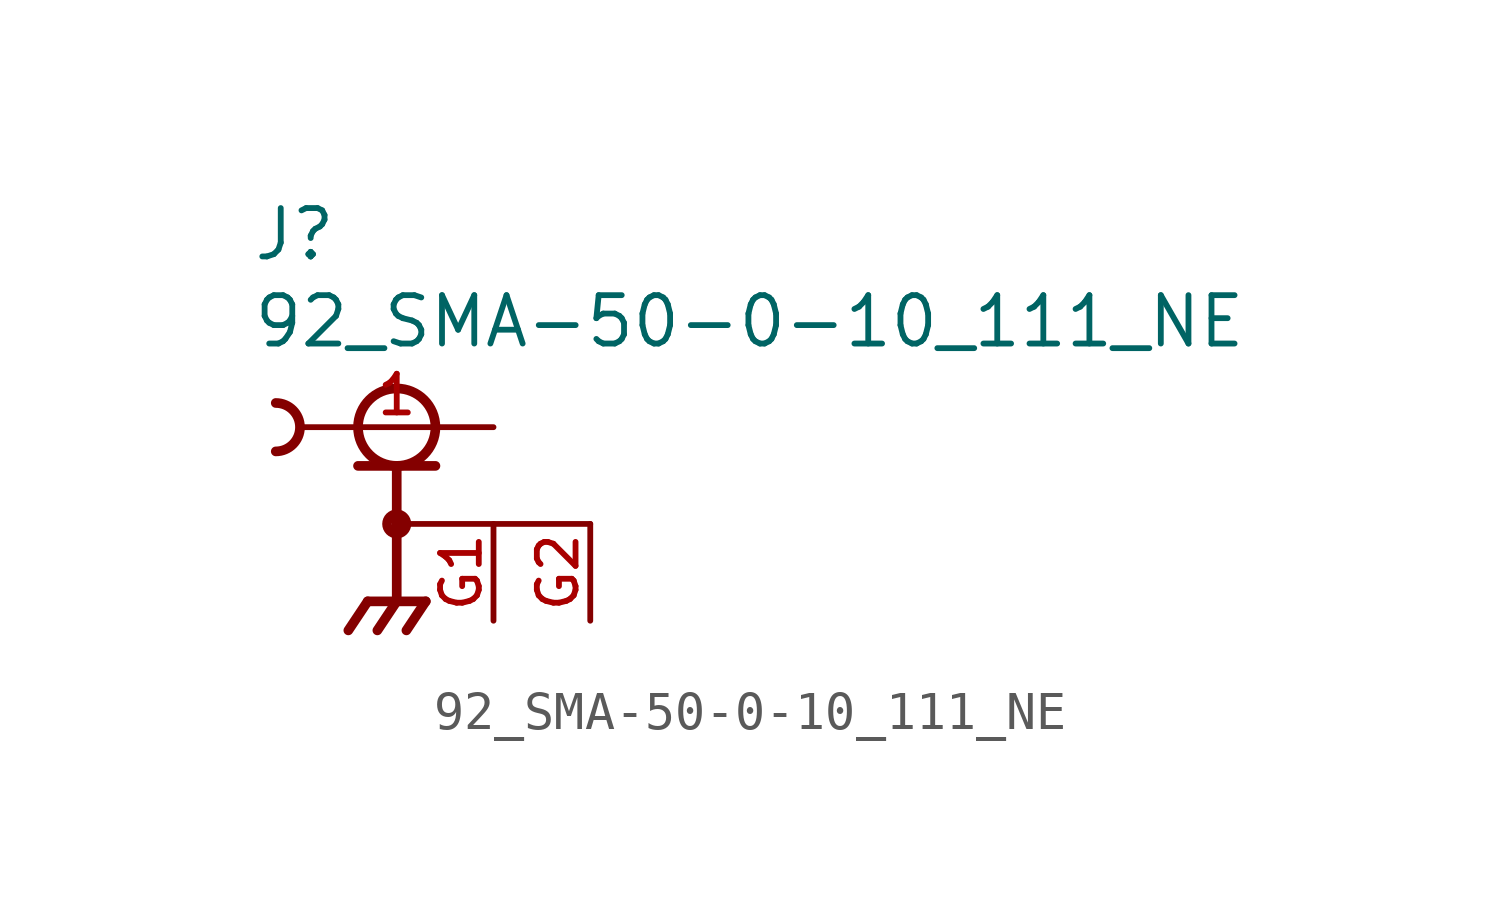
<source format=kicad_sym>
(kicad_symbol_lib
  (version 20211014)
  (generator kicad_symbol_editor)
  (symbol "92_SMA-50-0-10_111_NE"
    (pin_names
      (offset 1.016))
    (property "Reference" "J"
      (at -3.81 4.318 0)
      (effects (font (size 1.27 1.27)) (justify bottom left)))
    (property "Value" "92_SMA-50-0-10_111_NE"
      (at -3.81 2.032 0)
      (effects (font (size 1.27 1.27)) (justify bottom left)))
    (symbol "92_SMA-50-0-10_111_NE_0_0"
      (circle (center 0.0 0.0) (radius 1.016) (stroke (width 0.254)) (fill (type none)))
      (polyline (pts (xy -1.016 -1.016) (xy 0.0 -1.016)) (stroke (width 0.254)))
      (polyline (pts (xy 0.0 -1.016) (xy 1.016 -1.016)) (stroke (width 0.254)))
      (polyline (pts (xy 0.0 -1.016) (xy 0.0 -2.54)) (stroke (width 0.254)))
      (circle (center 0.0 -2.54) (radius 0.254) (stroke (width 0.254)) (fill (type none)))
      (polyline (pts (xy 0.0 -2.54) (xy 0.0 -4.572)) (stroke (width 0.254)))
      (polyline (pts (xy 0.0 -4.572) (xy -0.762 -4.572)) (stroke (width 0.254)))
      (polyline (pts (xy 0.0 -4.572) (xy 0.762 -4.572)) (stroke (width 0.254)))
      (polyline (pts (xy -0.762 -4.572) (xy -1.27 -5.334)) (stroke (width 0.254)))
      (polyline (pts (xy 0.0 -4.572) (xy -0.508 -5.334)) (stroke (width 0.254)))
      (polyline (pts (xy 0.762 -4.572) (xy 0.254 -5.334)) (stroke (width 0.254)))
      (arc (start -3.175 0.635) (mid -2.54 -0.0) (end -3.175 -0.635) (stroke (width 0.254) (type default) (color 0 0 0 0)) (fill (type none)))
      (polyline (pts (xy 0.0 -2.54) (xy 5.08 -2.54)) (stroke (width 0.152)))
      (pin passive line (at 2.54 0.0 180.0) (length 5.08) (name "~" (effects (font (size 1.016 1.016)))) (number "1" (effects (font (size 1.016 1.016)))))
      (pin power_in line (at 2.54 -5.08 90.0) (length 2.54) (name "~" (effects (font (size 1.016 1.016)))) (number "G1" (effects (font (size 1.016 1.016)))))
      (pin power_in line (at 5.08 -5.08 90.0) (length 2.54) (name "~" (effects (font (size 1.016 1.016)))) (number "G2" (effects (font (size 1.016 1.016))))))))
</source>
